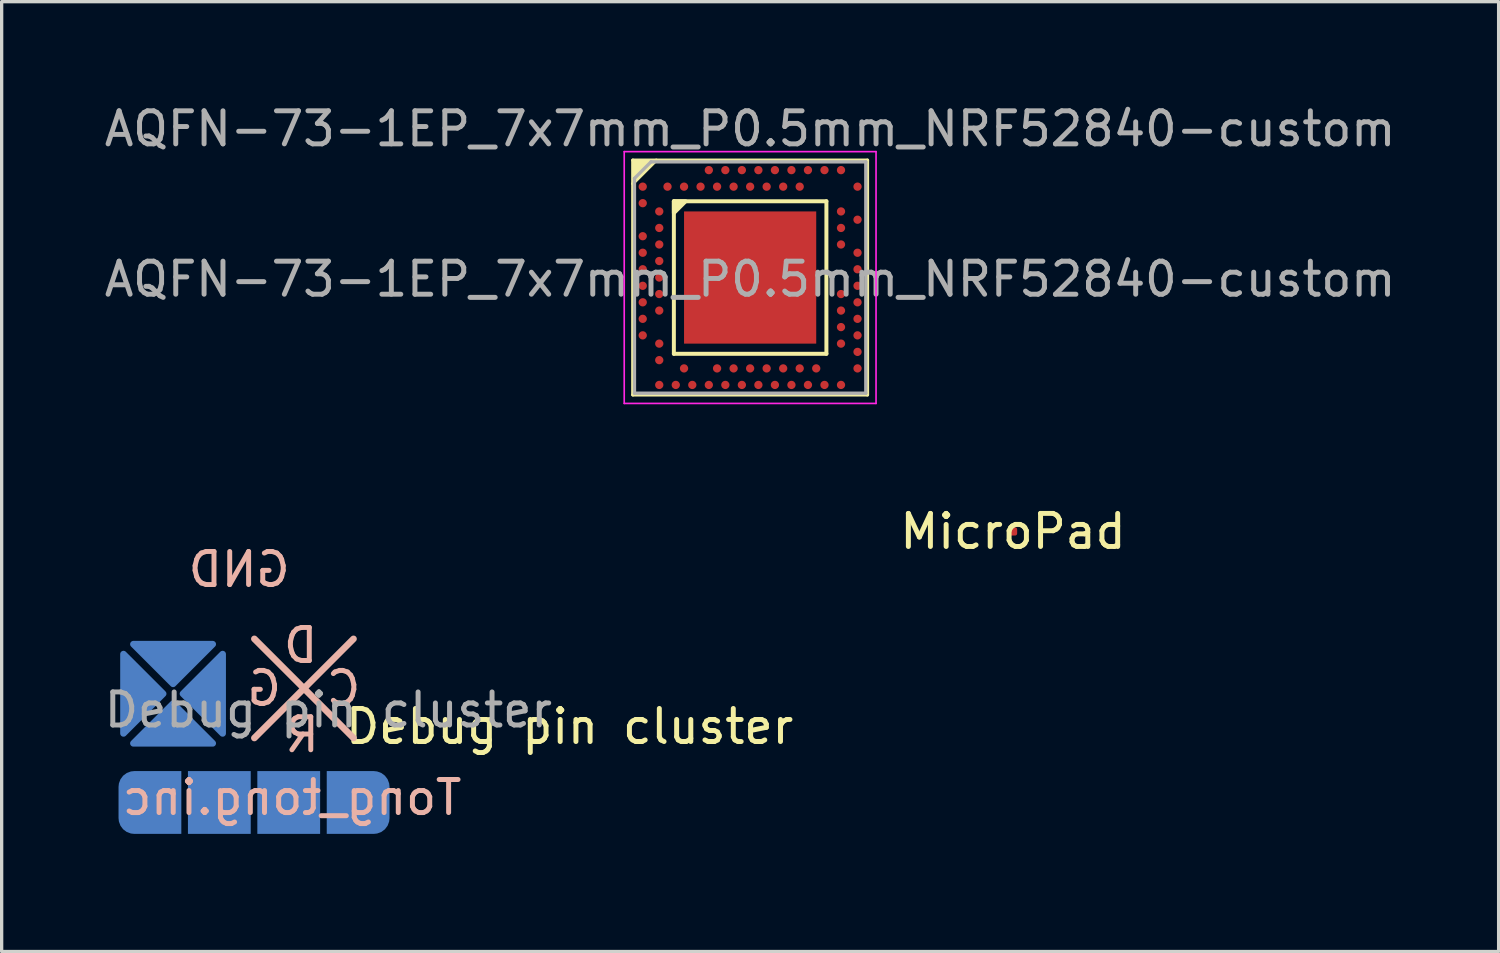
<source format=kicad_pcb>
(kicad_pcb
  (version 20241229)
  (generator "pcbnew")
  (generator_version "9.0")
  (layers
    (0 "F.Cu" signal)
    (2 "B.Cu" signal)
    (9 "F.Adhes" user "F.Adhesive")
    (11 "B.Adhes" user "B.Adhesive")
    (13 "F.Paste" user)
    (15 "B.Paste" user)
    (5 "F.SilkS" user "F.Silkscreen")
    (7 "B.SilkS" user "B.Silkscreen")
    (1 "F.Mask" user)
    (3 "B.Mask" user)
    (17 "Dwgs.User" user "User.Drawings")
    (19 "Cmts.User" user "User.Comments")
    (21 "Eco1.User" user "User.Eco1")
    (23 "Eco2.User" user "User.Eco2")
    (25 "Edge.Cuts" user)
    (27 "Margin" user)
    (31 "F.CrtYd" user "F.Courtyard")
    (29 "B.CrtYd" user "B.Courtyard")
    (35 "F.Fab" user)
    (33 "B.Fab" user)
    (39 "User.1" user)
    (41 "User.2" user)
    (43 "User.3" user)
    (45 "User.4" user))
  (footprint "MicroPad"
    (layer "F.Cu")
    (at 27.604 13.031)
    (property "Reference" "MicroPad" (at 0 0 0) (unlocked yes) (layer "F.SilkS") (effects (font (size 1 1) (thickness 0.15))))
    (attr smd)
    (pad "1" smd roundrect (at 0 0) (size 0.25 0.25) (layers "F.Cu" "F.Mask" "F.Paste") (roundrect_rratio 0.25)))
  (footprint "AQFN-73-1EP_7x7mm_P0.5mm_NRF52840-custom"
    (layer "F.Cu")
    (at 19.649 5.348)
    (property "Reference" "AQFN-73-1EP_7x7mm_P0.5mm_NRF52840-custom" (at 0 -4.5 0) (layer "F.Fab") (effects (font (size 1 1) (thickness 0.15))))
    (attr smd)
    (fp_line (start -3.55 -3.55) (end 3.55 -3.55) (stroke (width 0.1) (type solid)) (layer "F.SilkS"))
    (fp_line (start -3.55 -2.84) (end -2.84 -3.55) (stroke (width 0.1) (type solid)) (layer "F.SilkS"))
    (fp_line (start -3.55 3.55) (end -3.55 -3.55) (stroke (width 0.1) (type solid)) (layer "F.SilkS"))
    (fp_line (start -2.308 -2.308) (end -2.308 2.308) (stroke (width 0.12) (type solid)) (layer "F.SilkS"))
    (fp_line (start -2.308 2.308) (end 2.308 2.308) (stroke (width 0.12) (type solid)) (layer "F.SilkS"))
    (fp_line (start 2.308 -2.308) (end -2.308 -2.308) (stroke (width 0.12) (type solid)) (layer "F.SilkS"))
    (fp_line (start 2.308 2.308) (end 2.308 -2.308) (stroke (width 0.12) (type solid)) (layer "F.SilkS"))
    (fp_line (start 3.55 -3.55) (end 3.55 3.55) (stroke (width 0.1) (type solid)) (layer "F.SilkS"))
    (fp_line (start 3.55 3.55) (end -3.55 3.55) (stroke (width 0.1) (type solid)) (layer "F.SilkS"))
    (fp_poly (pts (xy -3.55 -2.84) (xy -3.55 -3.55) (xy -2.84 -3.55)) (stroke (width 0) (type solid)) (fill yes) (layer "F.SilkS"))
    (fp_poly (pts (xy -2.308 -1.952) (xy -2.308 -2.308) (xy -1.952 -2.308)) (stroke (width 0.12) (type solid)) (fill yes) (layer "F.SilkS"))
    (fp_line (start -3.81 -3.81) (end 3.81 -3.81) (stroke (width 0.05) (type solid)) (layer "F.CrtYd"))
    (fp_line (start -3.81 3.81) (end -3.81 -3.81) (stroke (width 0.05) (type solid)) (layer "F.CrtYd"))
    (fp_line (start 3.81 -3.81) (end 3.81 3.81) (stroke (width 0.05) (type solid)) (layer "F.CrtYd"))
    (fp_line (start 3.81 3.81) (end -3.81 3.81) (stroke (width 0.05) (type solid)) (layer "F.CrtYd"))
    (fp_line (start -3.5 -3) (end -3.5 3.5) (stroke (width 0.1) (type solid)) (layer "F.Fab"))
    (fp_line (start -3.5 -3) (end -3 -3.5) (stroke (width 0.1) (type solid)) (layer "F.Fab"))
    (fp_line (start -3.5 3.5) (end 3.5 3.5) (stroke (width 0.1) (type solid)) (layer "F.Fab"))
    (fp_line (start -3 -3.5) (end 3.5 -3.5) (stroke (width 0.1) (type solid)) (layer "F.Fab"))
    (fp_line (start 3.5 -3.5) (end 3.5 3.5) (stroke (width 0.1) (type solid)) (layer "F.Fab"))
    (fp_text user "${REFERENCE}" (at 0 0.05 0) (layer "F.Fab") (effects (font (size 1 1) (thickness 0.15))))
    (pad "" smd roundrect (at -1.5 -1.5 180) (size 0.575 0.575) (layers "F.Paste") (roundrect_rratio 0.15))
    (pad "" smd roundrect (at -1.5 -0.5 180) (size 0.575 0.575) (layers "F.Paste") (roundrect_rratio 0.15))
    (pad "" smd roundrect (at -1.5 0.5 180) (size 0.575 0.575) (layers "F.Paste") (roundrect_rratio 0.15))
    (pad "" smd roundrect (at -1.5 1.5 180) (size 0.575 0.575) (layers "F.Paste") (roundrect_rratio 0.15))
    (pad "" smd roundrect (at -0.5 -1.5 180) (size 0.575 0.575) (layers "F.Paste") (roundrect_rratio 0.15))
    (pad "" smd roundrect (at -0.5 -0.5 180) (size 0.575 0.575) (layers "F.Paste") (roundrect_rratio 0.15))
    (pad "" smd roundrect (at -0.5 0.5 180) (size 0.575 0.575) (layers "F.Paste") (roundrect_rratio 0.15))
    (pad "" smd roundrect (at -0.5 1.5 180) (size 0.575 0.575) (layers "F.Paste") (roundrect_rratio 0.15))
    (pad "" smd roundrect (at 0.5 -1.5 180) (size 0.575 0.575) (layers "F.Paste") (roundrect_rratio 0.15))
    (pad "" smd roundrect (at 0.5 -0.5 180) (size 0.575 0.575) (layers "F.Paste") (roundrect_rratio 0.15))
    (pad "" smd roundrect (at 0.5 0.5 180) (size 0.575 0.575) (layers "F.Paste") (roundrect_rratio 0.15))
    (pad "" smd roundrect (at 0.5 1.5 180) (size 0.575 0.575) (layers "F.Paste") (roundrect_rratio 0.15))
    (pad "" smd roundrect (at 1.5 -1.5 180) (size 0.575 0.575) (layers "F.Paste") (roundrect_rratio 0.15))
    (pad "" smd roundrect (at 1.5 -0.5 180) (size 0.575 0.575) (layers "F.Paste") (roundrect_rratio 0.15))
    (pad "" smd roundrect (at 1.5 0.5 180) (size 0.575 0.575) (layers "F.Paste") (roundrect_rratio 0.15))
    (pad "" smd roundrect (at 1.5 1.5 180) (size 0.575 0.575) (layers "F.Paste") (roundrect_rratio 0.15))
    (pad "A8" smd circle (at -1.25 -3.25 180) (size 0.25 0.25) (layers "F.Cu" "F.Mask" "F.Paste"))
    (pad "A10" smd circle (at -0.75 -3.25 180) (size 0.25 0.25) (layers "F.Cu" "F.Mask" "F.Paste"))
    (pad "A12" smd circle (at -0.25 -3.25 180) (size 0.25 0.25) (layers "F.Cu" "F.Mask" "F.Paste"))
    (pad "A14" smd circle (at 0.25 -3.25 180) (size 0.25 0.25) (layers "F.Cu" "F.Mask" "F.Paste"))
    (pad "A16" smd circle (at 0.75 -3.25 180) (size 0.25 0.25) (layers "F.Cu" "F.Mask" "F.Paste"))
    (pad "A18" smd circle (at 1.25 -3.25 180) (size 0.25 0.25) (layers "F.Cu" "F.Mask" "F.Paste"))
    (pad "A20" smd circle (at 1.75 -3.25 180) (size 0.25 0.25) (layers "F.Cu" "F.Mask" "F.Paste"))
    (pad "A22" smd circle (at 2.25 -3.25 180) (size 0.25 0.25) (layers "F.Cu" "F.Mask" "F.Paste"))
    (pad "A23" smd circle (at 2.75 -3.25 180) (size 0.25 0.25) (layers "F.Cu" "F.Mask" "F.Paste"))
    (pad "AA24" smd circle (at 3.25 2.25 180) (size 0.25 0.25) (layers "F.Cu" "F.Mask" "F.Paste"))
    (pad "AB2" smd circle (at -2.75 2.5 180) (size 0.25 0.25) (layers "F.Cu" "F.Mask" "F.Paste"))
    (pad "AC5" smd circle (at -2 2.75 180) (size 0.25 0.25) (layers "F.Cu" "F.Mask" "F.Paste"))
    (pad "AC9" smd circle (at -1 2.75 180) (size 0.25 0.25) (layers "F.Cu" "F.Mask" "F.Paste"))
    (pad "AC11" smd circle (at -0.5 2.75 180) (size 0.25 0.25) (layers "F.Cu" "F.Mask" "F.Paste"))
    (pad "AC13" smd circle (at 0 2.75 180) (size 0.25 0.25) (layers "F.Cu" "F.Mask" "F.Paste"))
    (pad "AC15" smd circle (at 0.5 2.75 180) (size 0.25 0.25) (layers "F.Cu" "F.Mask" "F.Paste"))
    (pad "AC17" smd circle (at 1 2.75 180) (size 0.25 0.25) (layers "F.Cu" "F.Mask" "F.Paste"))
    (pad "AC19" smd circle (at 1.5 2.75 180) (size 0.25 0.25) (layers "F.Cu" "F.Mask" "F.Paste"))
    (pad "AC21" smd circle (at 2 2.75 180) (size 0.25 0.25) (layers "F.Cu" "F.Mask" "F.Paste"))
    (pad "AC24" smd circle (at 3.25 2.75 180) (size 0.25 0.25) (layers "F.Cu" "F.Mask" "F.Paste"))
    (pad "AD2" smd circle (at -2.75 3.25 180) (size 0.25 0.25) (layers "F.Cu" "F.Mask" "F.Paste"))
    (pad "AD4" smd circle (at -2.25 3.25 180) (size 0.25 0.25) (layers "F.Cu" "F.Mask" "F.Paste"))
    (pad "AD6" smd circle (at -1.75 3.25 180) (size 0.25 0.25) (layers "F.Cu" "F.Mask" "F.Paste"))
    (pad "AD8" smd circle (at -1.25 3.25 180) (size 0.25 0.25) (layers "F.Cu" "F.Mask" "F.Paste"))
    (pad "AD10" smd circle (at -0.75 3.25 180) (size 0.25 0.25) (layers "F.Cu" "F.Mask" "F.Paste"))
    (pad "AD12" smd circle (at -0.25 3.25 180) (size 0.25 0.25) (layers "F.Cu" "F.Mask" "F.Paste"))
    (pad "AD14" smd circle (at 0.25 3.25 180) (size 0.25 0.25) (layers "F.Cu" "F.Mask" "F.Paste"))
    (pad "AD16" smd circle (at 0.75 3.25 180) (size 0.25 0.25) (layers "F.Cu" "F.Mask" "F.Paste"))
    (pad "AD18" smd circle (at 1.25 3.25 180) (size 0.25 0.25) (layers "F.Cu" "F.Mask" "F.Paste"))
    (pad "AD20" smd circle (at 1.75 3.25 180) (size 0.25 0.25) (layers "F.Cu" "F.Mask" "F.Paste"))
    (pad "AD22" smd circle (at 2.25 3.25 180) (size 0.25 0.25) (layers "F.Cu" "F.Mask" "F.Paste"))
    (pad "AD23" smd circle (at 2.75 3.25 180) (size 0.25 0.25) (layers "F.Cu" "F.Mask" "F.Paste"))
    (pad "B1" smd circle (at -3.25 -2.75 180) (size 0.25 0.25) (layers "F.Cu" "F.Mask" "F.Paste"))
    (pad "B3" smd circle (at -2.5 -2.75 180) (size 0.25 0.25) (layers "F.Cu" "F.Mask" "F.Paste"))
    (pad "B5" smd circle (at -2 -2.75 180) (size 0.25 0.25) (layers "F.Cu" "F.Mask" "F.Paste"))
    (pad "B7" smd circle (at -1.5 -2.75 180) (size 0.25 0.25) (layers "F.Cu" "F.Mask" "F.Paste"))
    (pad "B9" smd circle (at -1 -2.75 180) (size 0.25 0.25) (layers "F.Cu" "F.Mask" "F.Paste"))
    (pad "B11" smd circle (at -0.5 -2.75 180) (size 0.25 0.25) (layers "F.Cu" "F.Mask" "F.Paste"))
    (pad "B13" smd circle (at 0 -2.75 180) (size 0.25 0.25) (layers "F.Cu" "F.Mask" "F.Paste"))
    (pad "B15" smd circle (at 0.5 -2.75 180) (size 0.25 0.25) (layers "F.Cu" "F.Mask" "F.Paste"))
    (pad "B17" smd circle (at 1 -2.75 180) (size 0.25 0.25) (layers "F.Cu" "F.Mask" "F.Paste"))
    (pad "B19" smd circle (at 1.5 -2.75 180) (size 0.25 0.25) (layers "F.Cu" "F.Mask" "F.Paste"))
    (pad "B24" smd circle (at 3.25 -2.75 180) (size 0.25 0.25) (layers "F.Cu" "F.Mask" "F.Paste"))
    (pad "C1" smd circle (at -3.25 -2.25 180) (size 0.25 0.25) (layers "F.Cu" "F.Mask" "F.Paste"))
    (pad "D2" smd circle (at -2.75 -2 180) (size 0.25 0.25) (layers "F.Cu" "F.Mask" "F.Paste"))
    (pad "D23" smd circle (at 2.75 -2 180) (size 0.25 0.25) (layers "F.Cu" "F.Mask" "F.Paste"))
    (pad "E24" smd circle (at 3.25 -1.75 180) (size 0.25 0.25) (layers "F.Cu" "F.Mask" "F.Paste"))
    (pad "EP" smd rect (at 0 0 180) (size 4 4) (layers "F.Cu" "F.Mask"))
    (pad "F2" smd circle (at -2.75 -1.5 180) (size 0.25 0.25) (layers "F.Cu" "F.Mask" "F.Paste"))
    (pad "F23" smd circle (at 2.75 -1.5 180) (size 0.25 0.25) (layers "F.Cu" "F.Mask" "F.Paste"))
    (pad "G1" smd circle (at -3.25 -1.25 180) (size 0.25 0.25) (layers "F.Cu" "F.Mask" "F.Paste"))
    (pad "H2" smd circle (at -2.75 -1 180) (size 0.25 0.25) (layers "F.Cu" "F.Mask" "F.Paste"))
    (pad "H23" smd circle (at 2.75 -1 180) (size 0.25 0.25) (layers "F.Cu" "F.Mask" "F.Paste"))
    (pad "J1" smd circle (at -3.25 -0.75 180) (size 0.25 0.25) (layers "F.Cu" "F.Mask" "F.Paste"))
    (pad "J24" smd circle (at 3.25 -0.75 180) (size 0.25 0.25) (layers "F.Cu" "F.Mask" "F.Paste"))
    (pad "K2" smd circle (at -2.75 -0.5 180) (size 0.25 0.25) (layers "F.Cu" "F.Mask" "F.Paste"))
    (pad "L1" smd circle (at -3.25 -0.25 180) (size 0.25 0.25) (layers "F.Cu" "F.Mask" "F.Paste"))
    (pad "L24" smd circle (at 3.25 -0.25 180) (size 0.25 0.25) (layers "F.Cu" "F.Mask" "F.Paste"))
    (pad "M2" smd circle (at -2.75 0 180) (size 0.25 0.25) (layers "F.Cu" "F.Mask" "F.Paste"))
    (pad "N1" smd circle (at -3.25 0.25 180) (size 0.25 0.25) (layers "F.Cu" "F.Mask" "F.Paste"))
    (pad "N24" smd circle (at 3.25 0.25 180) (size 0.25 0.25) (layers "F.Cu" "F.Mask" "F.Paste"))
    (pad "P2" smd circle (at -2.75 0.5 180) (size 0.25 0.25) (layers "F.Cu" "F.Mask" "F.Paste"))
    (pad "P23" smd circle (at 2.75 0.5 180) (size 0.25 0.25) (layers "F.Cu" "F.Mask" "F.Paste"))
    (pad "R1" smd circle (at -3.25 0.75 180) (size 0.25 0.25) (layers "F.Cu" "F.Mask" "F.Paste"))
    (pad "R24" smd circle (at 3.25 0.75 180) (size 0.25 0.25) (layers "F.Cu" "F.Mask" "F.Paste"))
    (pad "T2" smd circle (at -2.75 1 180) (size 0.25 0.25) (layers "F.Cu" "F.Mask" "F.Paste"))
    (pad "T23" smd circle (at 2.75 1 180) (size 0.25 0.25) (layers "F.Cu" "F.Mask" "F.Paste"))
    (pad "U1" smd circle (at -3.25 1.25 180) (size 0.25 0.25) (layers "F.Cu" "F.Mask" "F.Paste"))
    (pad "U24" smd circle (at 3.25 1.25 180) (size 0.25 0.25) (layers "F.Cu" "F.Mask" "F.Paste"))
    (pad "V23" smd circle (at 2.75 1.5 180) (size 0.25 0.25) (layers "F.Cu" "F.Mask" "F.Paste"))
    (pad "W1" smd circle (at -3.25 1.75 180) (size 0.25 0.25) (layers "F.Cu" "F.Mask" "F.Paste"))
    (pad "W24" smd circle (at 3.25 1.75 180) (size 0.25 0.25) (layers "F.Cu" "F.Mask" "F.Paste"))
    (pad "Y2" smd circle (at -2.75 2 180) (size 0.25 0.25) (layers "F.Cu" "F.Mask" "F.Paste"))
    (pad "Y23" smd circle (at 2.75 2 180) (size 0.25 0.25) (layers "F.Cu" "F.Mask" "F.Paste")))
  (footprint "Debug pin cluster"
    (layer "F.Cu")
    (at 11.487 12.433)
    (property "Reference" "Debug pin cluster" (at 2.7 6.5 0) (unlocked yes) (layer "F.SilkS") (effects (font (size 1 1) (thickness 0.15))))
    (attr smd)
    (fp_poly (pts (xy -9.6 5.51) (xy -10.8 6.71) (xy -10.8 4.31)) (stroke (width 0.2) (type solid)) (fill yes) (layer "B.Cu"))
    (fp_poly (pts (xy -9.3 5.21) (xy -10.5 4.01) (xy -8.1 4.01)) (stroke (width 0.2) (type solid)) (fill yes) (layer "B.Cu"))
    (fp_poly (pts (xy -9.3 5.81) (xy -8.1 7.01) (xy -10.5 7.01)) (stroke (width 0.2) (type solid)) (fill yes) (layer "B.Cu"))
    (fp_poly (pts (xy -9 5.51) (xy -7.8 4.31) (xy -7.8 6.71)) (stroke (width 0.2) (type solid)) (fill yes) (layer "B.Cu"))
    (fp_poly (pts (xy -9.6 5.51) (xy -10.8 6.71) (xy -10.8 4.31)) (stroke (width 0.2) (type solid)) (fill yes) (layer "B.Mask"))
    (fp_poly (pts (xy -9.3 5.21) (xy -10.5 4.01) (xy -8.1 4.01)) (stroke (width 0.2) (type solid)) (fill yes) (layer "B.Mask"))
    (fp_poly (pts (xy -9.3 5.81) (xy -8.1 7.01) (xy -10.5 7.01)) (stroke (width 0.2) (type solid)) (fill yes) (layer "B.Mask"))
    (fp_poly (pts (xy -9 5.51) (xy -7.8 4.31) (xy -7.8 6.71)) (stroke (width 0.2) (type solid)) (fill yes) (layer "B.Mask"))
    (fp_line (start -6.84 6.849) (end -3.84 3.849) (stroke (width 0.2) (type solid)) (layer "B.SilkS"))
    (fp_line (start -3.84 6.849) (end -6.84 3.849) (stroke (width 0.2) (type solid)) (layer "B.SilkS"))
    (fp_poly (pts (xy -9.6 5.51) (xy -10.8 6.71) (xy -10.8 4.31)) (stroke (width 0.2) (type solid)) (fill yes) (layer "B.Paste"))
    (fp_poly (pts (xy -9.3 5.21) (xy -10.5 4.01) (xy -8.1 4.01)) (stroke (width 0.2) (type solid)) (fill yes) (layer "B.Paste"))
    (fp_poly (pts (xy -9.3 5.81) (xy -8.1 7.01) (xy -10.5 7.01)) (stroke (width 0.2) (type solid)) (fill yes) (layer "B.Paste"))
    (fp_poly (pts (xy -9 5.51) (xy -7.8 4.31) (xy -7.8 6.71)) (stroke (width 0.2) (type solid)) (fill yes) (layer "B.Paste"))
    (fp_rect (start -11.4 0) (end 0 10.25) (stroke (width 0.12) (type solid)) (fill no) (layer "Margin"))
    (fp_text user "R" (at -5.395 6.75 0) (unlocked yes) (layer "B.SilkS") (effects (font (size 1 1) (thickness 0.15)) (justify mirror)))
    (fp_text user "G" (at -6.54 5.349 0) (unlocked yes) (layer "B.SilkS") (effects (font (size 1 1) (thickness 0.15)) (justify mirror)))
    (fp_text user "D" (at -5.44 4.049 0) (unlocked yes) (layer "B.SilkS") (effects (font (size 1 1) (thickness 0.15)) (justify mirror)))
    (fp_text user "C" (at -4.14 5.349 0) (unlocked yes) (layer "B.SilkS") (effects (font (size 1 1) (thickness 0.15)) (justify mirror)))
    (fp_text user "Tong_tong.inc" (at -5.7 8.65 0) (unlocked yes) (layer "B.SilkS") (effects (font (size 1 1) (thickness 0.15)) (justify mirror)))
    (fp_text user "GND" (at -7.3 1.75 0) (unlocked yes) (layer "B.SilkS") (effects (font (size 1 1) (thickness 0.15)) (justify mirror)))
    (fp_text user "${REFERENCE}" (at -4.6 6 0) (unlocked yes) (layer "F.Fab") (effects (font (size 1 1) (thickness 0.15))))
    (pad "1" smd roundrect (at -10 8.8 90) (size 1.9 1.9) (layers "B.Cu" "B.Mask" "B.Paste") (roundrect_rratio 0.25) (chamfer_ratio 0) (chamfer bottom_left bottom_right))
    (pad "2" smd roundrect (at -7.9 8.8 270) (size 1.9 1.9) (layers "B.Cu" "B.Mask" "B.Paste") (roundrect_rratio 0.25) (chamfer_ratio 0) (chamfer top_left top_right bottom_left bottom_right))
    (pad "3" smd roundrect (at -5.8 8.8 270) (size 1.9 1.9) (layers "B.Cu" "B.Mask" "B.Paste") (roundrect_rratio 0.25) (chamfer_ratio 0) (chamfer top_left top_right bottom_left bottom_right))
    (pad "4" smd roundrect (at -3.7 8.8 270) (size 1.9 1.9) (layers "B.Cu" "B.Mask" "B.Paste") (roundrect_rratio 0.25) (chamfer_ratio 0) (chamfer bottom_left bottom_right))
    (pad "5" smd roundrect (at -9.3 4.41 180) (size 0.5 0.5) (layers "B.Cu" "B.Mask" "B.Paste") (roundrect_rratio 0.25) (chamfer_ratio 0) (chamfer top_left top_right bottom_left bottom_right))
    (pad "6" smd roundrect (at -8.2 5.51 180) (size 0.5 0.5) (layers "B.Cu" "B.Mask" "B.Paste") (roundrect_rratio 0.25) (chamfer_ratio 0) (chamfer top_left top_right bottom_left bottom_right))
    (pad "7" smd roundrect (at -9.3 6.51 180) (size 0.5 0.5) (layers "B.Cu" "B.Mask" "B.Paste") (roundrect_rratio 0.25) (chamfer_ratio 0) (chamfer top_left top_right bottom_left bottom_right))
    (pad "8" smd roundrect (at -10.4 5.51 180) (size 0.5 0.5) (layers "B.Cu" "B.Mask" "B.Paste") (roundrect_rratio 0.25) (chamfer_ratio 0) (chamfer top_left top_right bottom_left bottom_right)))
  (gr_rect
    (start -3 -3)
    (end 42.298 25.743)
    (stroke (width 0.1) (type default))
    (fill no)
    (layer "Edge.Cuts")))
</source>
